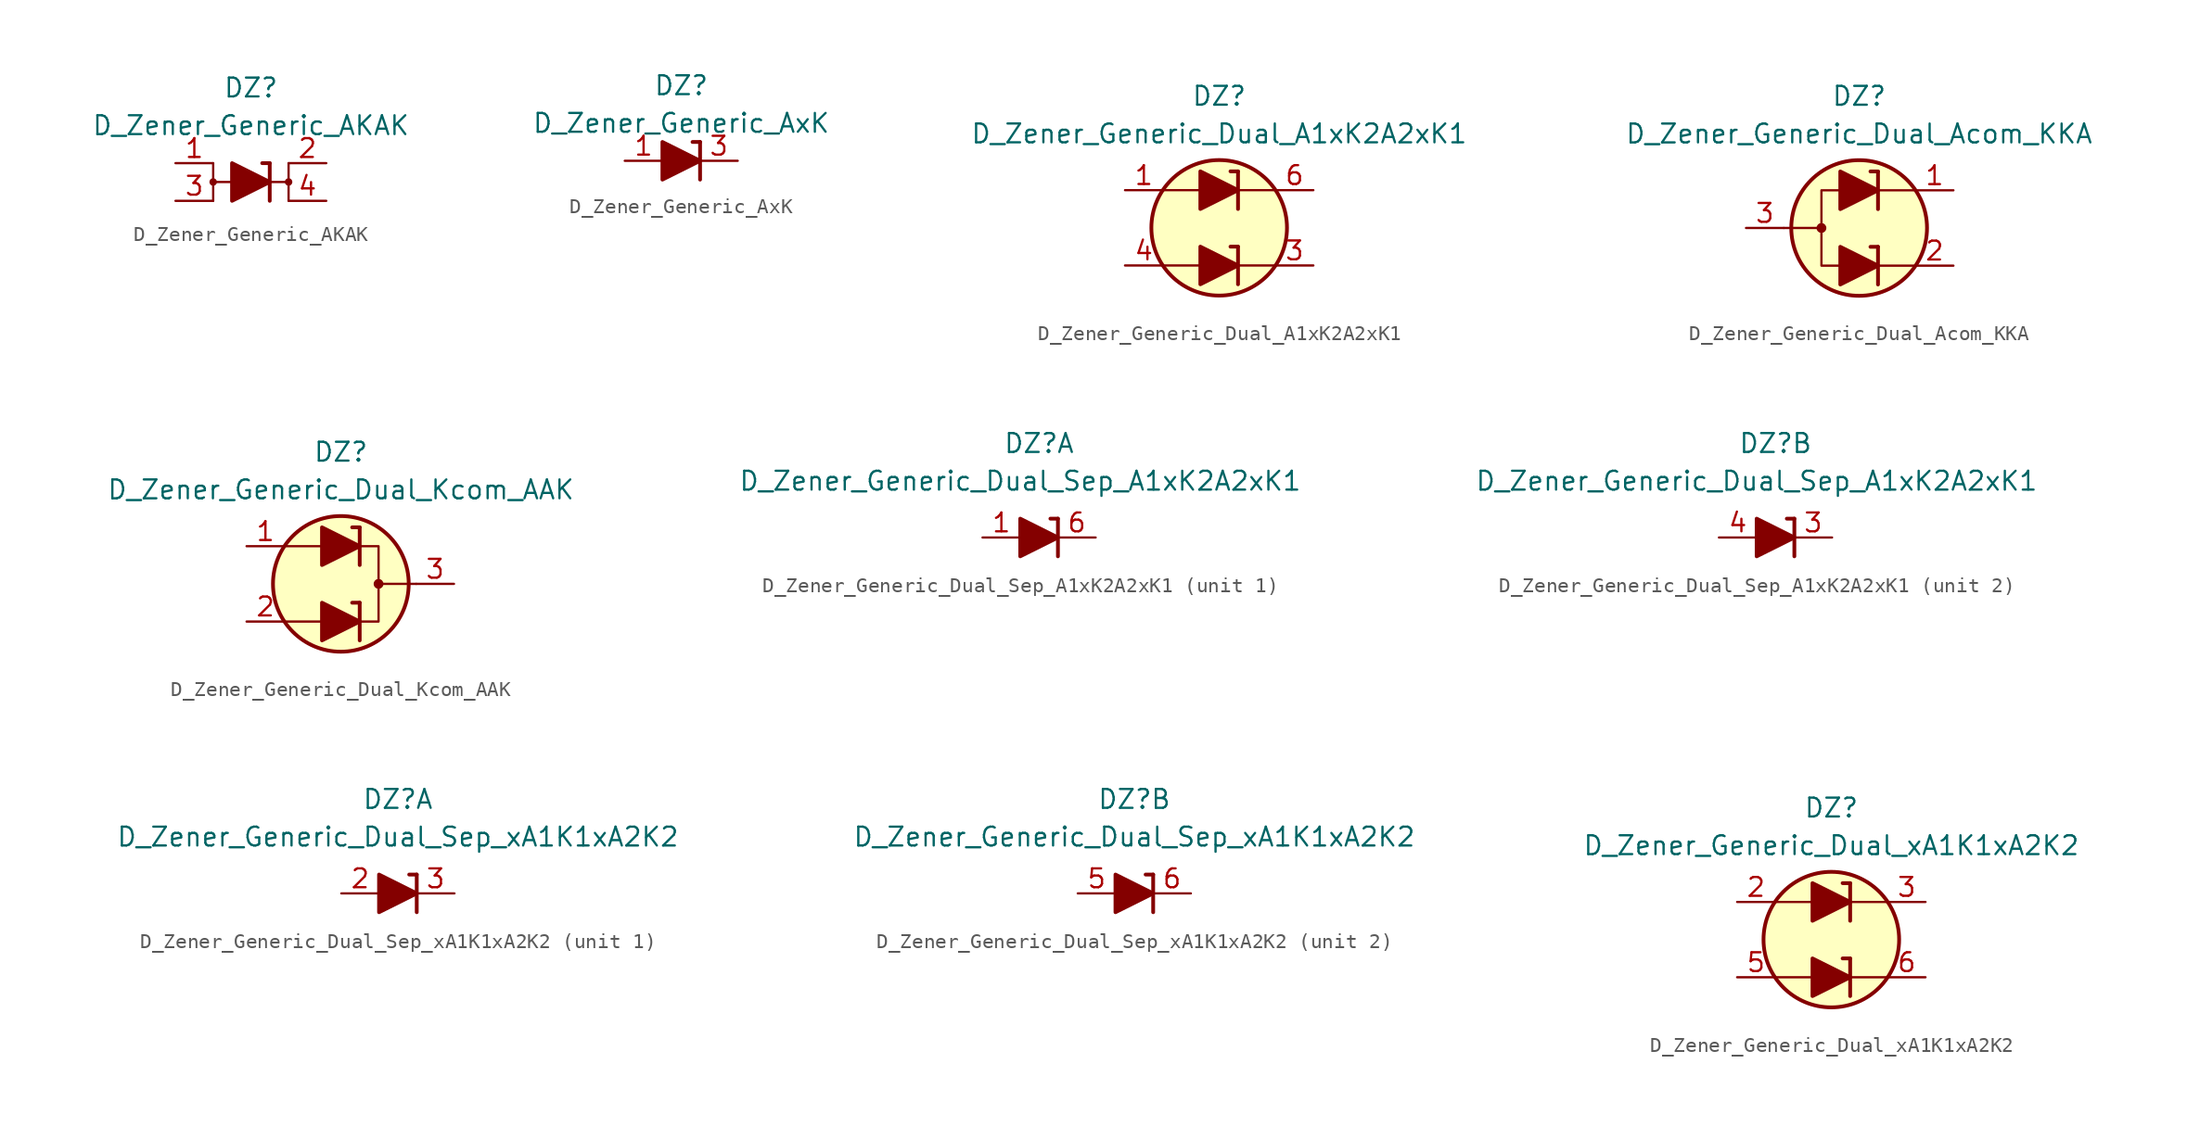
<source format=kicad_sym>
(kicad_symbol_lib
  (version 20201005)
  (generator kicad_symbol_editor)
  (symbol "Diode_Zener_AKL:D_Zener_Generic_AKAK"
    (pin_names
      (offset 1.016) hide)
    (property "Reference" "DZ"
      (at 0 6.35 0)
      (effects (font (size 1.27 1.27))))
    (property "Value" "D_Zener_Generic_AKAK"
      (at 0 3.81 0)
      (effects (font (size 1.27 1.27))))
    (symbol "D_Zener_Generic_AKAK_0_1"
      (circle (center -2.54 0) (radius 0.178) (stroke (width 0)) (fill (type outline)))
      (polyline (pts (xy -2.54 -1.27) (xy -2.54 1.27)) (stroke (width 0)) (fill (type none)))
      (polyline (pts (xy -1.27 0) (xy -2.54 0)) (stroke (width 0)) (fill (type none)))
      (polyline (pts (xy -1.27 0) (xy 1.27 0)) (stroke (width 0)) (fill (type none)))
      (polyline (pts (xy 1.27 -1.27) (xy 1.27 1.27)) (stroke (width 0.254)) (fill (type none)))
      (polyline (pts (xy 1.27 1.27) (xy 0.762 1.27)) (stroke (width 0.254)) (fill (type none)))
      (polyline (pts (xy -1.27 1.27) (xy -1.27 -1.27) (xy 1.27 0) (xy -1.27 1.27)) (stroke (width 0.254)) (fill (type outline))))
    (symbol "D_Zener_Generic_AKAK_1_1"
      (circle (center 2.54 0) (radius 0.178) (stroke (width 0)) (fill (type outline)))
      (polyline (pts (xy 1.27 0) (xy 2.54 0)) (stroke (width 0)) (fill (type none)))
      (polyline (pts (xy 2.54 1.27) (xy 2.54 -1.27)) (stroke (width 0)) (fill (type none)))
      (pin passive line (at -5.08 1.27 0) (length 2.54) (name "A" (effects (font (size 1.27 1.27)))) (number "1" (effects (font (size 1.27 1.27)))))
      (pin passive line (at 5.08 1.27 180) (length 2.54) (name "K" (effects (font (size 1.27 1.27)))) (number "2" (effects (font (size 1.27 1.27)))))
      (pin passive line (at -5.08 -1.27 0) (length 2.54) (name "A" (effects (font (size 1.27 1.27)))) (number "3" (effects (font (size 1.27 1.27)))))
      (pin passive line (at 5.08 -1.27 180) (length 2.54) (name "K" (effects (font (size 1.27 1.27)))) (number "4" (effects (font (size 1.27 1.27)))))))
  (symbol "Diode_Zener_AKL:D_Zener_Generic_AxK"
    (pin_names
      (offset 1.016) hide)
    (property "Reference" "DZ"
      (at 0 5.08 0)
      (effects (font (size 1.27 1.27))))
    (property "Value" "D_Zener_Generic_AxK"
      (at 0 2.54 0)
      (effects (font (size 1.27 1.27))))
    (symbol "D_Zener_Generic_AxK_0_1"
      (polyline (pts (xy -1.27 0) (xy 1.27 0)) (stroke (width 0)) (fill (type none)))
      (polyline (pts (xy 1.27 -1.27) (xy 1.27 1.27)) (stroke (width 0.254)) (fill (type none)))
      (polyline (pts (xy 1.27 1.27) (xy 0.762 1.27)) (stroke (width 0.254)) (fill (type none)))
      (polyline (pts (xy -1.27 1.27) (xy -1.27 -1.27) (xy 1.27 0) (xy -1.27 1.27)) (stroke (width 0.254)) (fill (type outline))))
    (symbol "D_Zener_Generic_AxK_1_1"
      (pin passive line (at -3.81 0 0) (length 2.54) (name "A" (effects (font (size 1.27 1.27)))) (number "1" (effects (font (size 1.27 1.27)))))
      (pin passive line (at 3.81 0 180) (length 2.54) (name "K" (effects (font (size 1.27 1.27)))) (number "3" (effects (font (size 1.27 1.27)))))))
  (symbol "Diode_Zener_AKL:D_Zener_Generic_Dual_A1xK2A2xK1"
    (pin_names
      (offset 1.016) hide)
    (property "Reference" "DZ"
      (at 0 8.89 0)
      (effects (font (size 1.27 1.27))))
    (property "Value" "D_Zener_Generic_Dual_A1xK2A2xK1"
      (at 0 6.35 0)
      (effects (font (size 1.27 1.27))))
    (symbol "D_Zener_Generic_Dual_A1xK2A2xK1_0_1"
      (circle (center 0 0) (radius 4.572) (stroke (width 0.254)) (fill (type background)))
      (polyline (pts (xy -3.81 -2.54) (xy -1.27 -2.54)) (stroke (width 0)) (fill (type none)))
      (polyline (pts (xy -3.81 2.54) (xy -1.27 2.54)) (stroke (width 0)) (fill (type none)))
      (polyline (pts (xy 1.27 -2.54) (xy 3.81 -2.54)) (stroke (width 0)) (fill (type none)))
      (polyline (pts (xy 1.27 -1.27) (xy 0.762 -1.27)) (stroke (width 0.254)) (fill (type none)))
      (polyline (pts (xy 1.27 -1.27) (xy 1.27 -3.81)) (stroke (width 0.254)) (fill (type none)))
      (polyline (pts (xy 1.27 2.54) (xy 3.81 2.54)) (stroke (width 0)) (fill (type none)))
      (polyline (pts (xy 1.27 3.81) (xy 0.762 3.81)) (stroke (width 0.254)) (fill (type none)))
      (polyline (pts (xy 1.27 3.81) (xy 1.27 1.27)) (stroke (width 0.254)) (fill (type none))))
    (symbol "D_Zener_Generic_Dual_A1xK2A2xK1_1_1"
      (polyline (pts (xy -1.27 -2.54) (xy 1.27 -2.54)) (stroke (width 0)) (fill (type none)))
      (polyline (pts (xy -1.27 2.54) (xy 1.27 2.54)) (stroke (width 0)) (fill (type none)))
      (polyline (pts (xy -1.27 -1.27) (xy -1.27 -3.81) (xy 1.27 -2.54) (xy -1.27 -1.27)) (stroke (width 0.254)) (fill (type outline)))
      (polyline (pts (xy -1.27 3.81) (xy -1.27 1.27) (xy 1.27 2.54) (xy -1.27 3.81)) (stroke (width 0.254)) (fill (type outline)))
      (pin passive line (at -6.35 2.54 0) (length 2.54) (name "A1" (effects (font (size 1.27 1.27)))) (number "1" (effects (font (size 1.27 1.27)))))
      (pin passive line (at 6.35 -2.54 180) (length 2.54) (name "K2" (effects (font (size 1.27 1.27)))) (number "3" (effects (font (size 1.27 1.27)))))
      (pin passive line (at -6.35 -2.54 0) (length 2.54) (name "A2" (effects (font (size 1.27 1.27)))) (number "4" (effects (font (size 1.27 1.27)))))
      (pin passive line (at 6.35 2.54 180) (length 2.54) (name "K1" (effects (font (size 1.27 1.27)))) (number "6" (effects (font (size 1.27 1.27)))))))
  (symbol "Diode_Zener_AKL:D_Zener_Generic_Dual_Acom_KKA"
    (pin_names
      (offset 1.016) hide)
    (property "Reference" "DZ"
      (at 0 8.89 0)
      (effects (font (size 1.27 1.27))))
    (property "Value" "D_Zener_Generic_Dual_Acom_KKA"
      (at 0 6.35 0)
      (effects (font (size 1.27 1.27))))
    (symbol "D_Zener_Generic_Dual_Acom_KKA_0_1"
      (circle (center -2.54 0) (radius 0.254) (stroke (width 0)) (fill (type outline)))
      (circle (center 0 0) (radius 4.572) (stroke (width 0.254)) (fill (type background)))
      (polyline (pts (xy -5.08 0) (xy -2.54 0)) (stroke (width 0)) (fill (type none)))
      (polyline (pts (xy 1.27 -2.54) (xy 3.81 -2.54)) (stroke (width 0)) (fill (type none)))
      (polyline (pts (xy 1.27 -1.27) (xy 0.762 -1.27)) (stroke (width 0.254)) (fill (type none)))
      (polyline (pts (xy 1.27 -1.27) (xy 1.27 -3.81)) (stroke (width 0.254)) (fill (type none)))
      (polyline (pts (xy 1.27 2.54) (xy 3.81 2.54)) (stroke (width 0)) (fill (type none)))
      (polyline (pts (xy 1.27 3.81) (xy 0.762 3.81)) (stroke (width 0.254)) (fill (type none)))
      (polyline (pts (xy 1.27 3.81) (xy 1.27 1.27)) (stroke (width 0.254)) (fill (type none)))
      (polyline (pts (xy -1.27 -2.54) (xy -2.54 -2.54) (xy -2.54 2.54) (xy -1.27 2.54)) (stroke (width 0)) (fill (type none))))
    (symbol "D_Zener_Generic_Dual_Acom_KKA_1_1"
      (polyline (pts (xy -1.27 -2.54) (xy 1.27 -2.54)) (stroke (width 0)) (fill (type none)))
      (polyline (pts (xy -1.27 2.54) (xy 1.27 2.54)) (stroke (width 0)) (fill (type none)))
      (polyline (pts (xy -1.27 -1.27) (xy -1.27 -3.81) (xy 1.27 -2.54) (xy -1.27 -1.27)) (stroke (width 0.254)) (fill (type outline)))
      (polyline (pts (xy -1.27 3.81) (xy -1.27 1.27) (xy 1.27 2.54) (xy -1.27 3.81)) (stroke (width 0.254)) (fill (type outline)))
      (pin passive line (at 6.35 2.54 180) (length 2.54) (name "K1" (effects (font (size 1.27 1.27)))) (number "1" (effects (font (size 1.27 1.27)))))
      (pin passive line (at 6.35 -2.54 180) (length 2.54) (name "K2" (effects (font (size 1.27 1.27)))) (number "2" (effects (font (size 1.27 1.27)))))
      (pin passive line (at -7.62 0 0) (length 2.54) (name "A" (effects (font (size 1.27 1.27)))) (number "3" (effects (font (size 1.27 1.27)))))))
  (symbol "Diode_Zener_AKL:D_Zener_Generic_Dual_Kcom_AAK"
    (pin_names
      (offset 1.016) hide)
    (property "Reference" "DZ"
      (at 0 8.89 0)
      (effects (font (size 1.27 1.27))))
    (property "Value" "D_Zener_Generic_Dual_Kcom_AAK"
      (at 0 6.35 0)
      (effects (font (size 1.27 1.27))))
    (symbol "D_Zener_Generic_Dual_Kcom_AAK_0_1"
      (circle (center 2.54 0) (radius 0.254) (stroke (width 0)) (fill (type outline)))
      (circle (center 0 0) (radius 4.572) (stroke (width 0.254)) (fill (type background)))
      (polyline (pts (xy -1.27 -2.54) (xy -3.81 -2.54)) (stroke (width 0)) (fill (type none)))
      (polyline (pts (xy -1.27 2.54) (xy -3.81 2.54)) (stroke (width 0)) (fill (type none)))
      (polyline (pts (xy 1.27 -3.81) (xy 1.27 -1.27)) (stroke (width 0.254)) (fill (type none)))
      (polyline (pts (xy 1.27 -1.27) (xy 0.762 -1.27)) (stroke (width 0.254)) (fill (type none)))
      (polyline (pts (xy 1.27 1.27) (xy 1.27 3.81)) (stroke (width 0.254)) (fill (type none)))
      (polyline (pts (xy 1.27 3.81) (xy 0.762 3.81)) (stroke (width 0.254)) (fill (type none)))
      (polyline (pts (xy 5.08 0) (xy 2.54 0)) (stroke (width 0)) (fill (type none)))
      (polyline (pts (xy 1.27 -2.54) (xy 2.54 -2.54) (xy 2.54 2.54) (xy 1.27 2.54)) (stroke (width 0)) (fill (type none))))
    (symbol "D_Zener_Generic_Dual_Kcom_AAK_1_1"
      (polyline (pts (xy -1.27 -2.54) (xy 1.27 -2.54)) (stroke (width 0)) (fill (type none)))
      (polyline (pts (xy -1.27 2.54) (xy 1.27 2.54)) (stroke (width 0)) (fill (type none)))
      (polyline (pts (xy -1.27 -3.81) (xy -1.27 -1.27) (xy 1.27 -2.54) (xy -1.27 -3.81)) (stroke (width 0.254)) (fill (type outline)))
      (polyline (pts (xy -1.27 1.27) (xy -1.27 3.81) (xy 1.27 2.54) (xy -1.27 1.27)) (stroke (width 0.254)) (fill (type outline)))
      (pin passive line (at -6.35 2.54 0) (length 2.54) (name "A2" (effects (font (size 1.27 1.27)))) (number "1" (effects (font (size 1.27 1.27)))))
      (pin passive line (at -6.35 -2.54 0) (length 2.54) (name "A1" (effects (font (size 1.27 1.27)))) (number "2" (effects (font (size 1.27 1.27)))))
      (pin passive line (at 7.62 0 180) (length 2.54) (name "K" (effects (font (size 1.27 1.27)))) (number "3" (effects (font (size 1.27 1.27)))))))
  (symbol "Diode_Zener_AKL:D_Zener_Generic_Dual_Sep_A1xK2A2xK1"
    (pin_names
      (offset 1.016) hide)
    (property "Reference" "DZ"
      (at 0 6.35 0)
      (effects (font (size 1.27 1.27))))
    (property "Value" "D_Zener_Generic_Dual_Sep_A1xK2A2xK1"
      (at -1.27 3.81 0)
      (effects (font (size 1.27 1.27))))
    (property "ki_locked" ""
      (at 0 0 0)
      (effects (font (size 1.27 1.27))))
    (symbol "D_Zener_Generic_Dual_Sep_A1xK2A2xK1_0_1"
      (polyline (pts (xy 1.27 1.27) (xy 1.27 -1.27)) (stroke (width 0.254)) (fill (type none))))
    (symbol "D_Zener_Generic_Dual_Sep_A1xK2A2xK1_1_1"
      (polyline (pts (xy -1.27 0) (xy 1.27 0)) (stroke (width 0)) (fill (type none)))
      (polyline (pts (xy 1.27 1.27) (xy 0.762 1.27)) (stroke (width 0.254)) (fill (type none)))
      (polyline (pts (xy -1.27 1.27) (xy -1.27 -1.27) (xy 1.27 0) (xy -1.27 1.27)) (stroke (width 0.254)) (fill (type outline)))
      (pin passive line (at -3.81 0 0) (length 2.54) (name "A1" (effects (font (size 1.27 1.27)))) (number "1" (effects (font (size 1.27 1.27)))))
      (pin passive line (at 3.81 0 180) (length 2.54) (name "K1" (effects (font (size 1.27 1.27)))) (number "6" (effects (font (size 1.27 1.27))))))
    (symbol "D_Zener_Generic_Dual_Sep_A1xK2A2xK1_2_1"
      (polyline (pts (xy 1.27 0) (xy -1.27 0)) (stroke (width 0)) (fill (type none)))
      (polyline (pts (xy 1.27 1.27) (xy 0.762 1.27)) (stroke (width 0.254)) (fill (type none)))
      (polyline (pts (xy -1.27 1.27) (xy -1.27 -1.27) (xy 1.27 0) (xy -1.27 1.27)) (stroke (width 0.254)) (fill (type outline)))
      (pin passive line (at 3.81 0 180) (length 2.54) (name "K2" (effects (font (size 1.27 1.27)))) (number "3" (effects (font (size 1.27 1.27)))))
      (pin passive line (at -3.81 0 0) (length 2.54) (name "A2" (effects (font (size 1.27 1.27)))) (number "4" (effects (font (size 1.27 1.27)))))))
  (symbol "Diode_Zener_AKL:D_Zener_Generic_Dual_Sep_xA1K1xA2K2"
    (pin_names
      (offset 1.016) hide)
    (property "Reference" "DZ"
      (at 0 6.35 0)
      (effects (font (size 1.27 1.27))))
    (property "Value" "D_Zener_Generic_Dual_Sep_xA1K1xA2K2"
      (at 0 3.81 0)
      (effects (font (size 1.27 1.27))))
    (property "ki_locked" ""
      (at 0 0 0)
      (effects (font (size 1.27 1.27))))
    (symbol "D_Zener_Generic_Dual_Sep_xA1K1xA2K2_0_1"
      (polyline (pts (xy 1.27 1.27) (xy 1.27 -1.27)) (stroke (width 0.254)) (fill (type none))))
    (symbol "D_Zener_Generic_Dual_Sep_xA1K1xA2K2_1_1"
      (polyline (pts (xy -1.27 0) (xy 1.27 0)) (stroke (width 0)) (fill (type none)))
      (polyline (pts (xy 1.27 1.27) (xy 0.762 1.27)) (stroke (width 0.254)) (fill (type none)))
      (polyline (pts (xy -1.27 1.27) (xy -1.27 -1.27) (xy 1.27 0) (xy -1.27 1.27)) (stroke (width 0.254)) (fill (type outline)))
      (pin passive line (at -3.81 0 0) (length 2.54) (name "A1" (effects (font (size 1.27 1.27)))) (number "2" (effects (font (size 1.27 1.27)))))
      (pin passive line (at 3.81 0 180) (length 2.54) (name "K1" (effects (font (size 1.27 1.27)))) (number "3" (effects (font (size 1.27 1.27))))))
    (symbol "D_Zener_Generic_Dual_Sep_xA1K1xA2K2_2_1"
      (polyline (pts (xy -1.27 0) (xy 1.27 0)) (stroke (width 0)) (fill (type none)))
      (polyline (pts (xy 1.27 1.27) (xy 0.762 1.27)) (stroke (width 0.254)) (fill (type none)))
      (polyline (pts (xy -1.27 1.27) (xy -1.27 -1.27) (xy 1.27 0) (xy -1.27 1.27)) (stroke (width 0.254)) (fill (type outline)))
      (pin passive line (at -3.81 0 0) (length 2.54) (name "A2" (effects (font (size 1.27 1.27)))) (number "5" (effects (font (size 1.27 1.27)))))
      (pin passive line (at 3.81 0 180) (length 2.54) (name "K2" (effects (font (size 1.27 1.27)))) (number "6" (effects (font (size 1.27 1.27)))))))
  (symbol "Diode_Zener_AKL:D_Zener_Generic_Dual_xA1K1xA2K2"
    (pin_names
      (offset 1.016) hide)
    (property "Reference" "DZ"
      (at 0 8.89 0)
      (effects (font (size 1.27 1.27))))
    (property "Value" "D_Zener_Generic_Dual_xA1K1xA2K2"
      (at 0 6.35 0)
      (effects (font (size 1.27 1.27))))
    (symbol "D_Zener_Generic_Dual_xA1K1xA2K2_0_1"
      (circle (center 0 0) (radius 4.572) (stroke (width 0.254)) (fill (type background)))
      (polyline (pts (xy -3.81 -2.54) (xy -1.27 -2.54)) (stroke (width 0)) (fill (type none)))
      (polyline (pts (xy -3.81 2.54) (xy -1.27 2.54)) (stroke (width 0)) (fill (type none)))
      (polyline (pts (xy 1.27 -2.54) (xy 3.81 -2.54)) (stroke (width 0)) (fill (type none)))
      (polyline (pts (xy 1.27 -1.27) (xy 0.762 -1.27)) (stroke (width 0.254)) (fill (type none)))
      (polyline (pts (xy 1.27 -1.27) (xy 1.27 -3.81)) (stroke (width 0.254)) (fill (type none)))
      (polyline (pts (xy 1.27 2.54) (xy 3.81 2.54)) (stroke (width 0)) (fill (type none)))
      (polyline (pts (xy 1.27 3.81) (xy 0.762 3.81)) (stroke (width 0.254)) (fill (type none)))
      (polyline (pts (xy 1.27 3.81) (xy 1.27 1.27)) (stroke (width 0.254)) (fill (type none))))
    (symbol "D_Zener_Generic_Dual_xA1K1xA2K2_1_1"
      (polyline (pts (xy -1.27 -2.54) (xy 1.27 -2.54)) (stroke (width 0)) (fill (type none)))
      (polyline (pts (xy -1.27 2.54) (xy 1.27 2.54)) (stroke (width 0)) (fill (type none)))
      (polyline (pts (xy -1.27 -1.27) (xy -1.27 -3.81) (xy 1.27 -2.54) (xy -1.27 -1.27)) (stroke (width 0.254)) (fill (type outline)))
      (polyline (pts (xy -1.27 3.81) (xy -1.27 1.27) (xy 1.27 2.54) (xy -1.27 3.81)) (stroke (width 0.254)) (fill (type outline)))
      (pin passive line (at -6.35 2.54 0) (length 2.54) (name "A1" (effects (font (size 1.27 1.27)))) (number "2" (effects (font (size 1.27 1.27)))))
      (pin passive line (at 6.35 2.54 180) (length 2.54) (name "K1" (effects (font (size 1.27 1.27)))) (number "3" (effects (font (size 1.27 1.27)))))
      (pin passive line (at -6.35 -2.54 0) (length 2.54) (name "A2" (effects (font (size 1.27 1.27)))) (number "5" (effects (font (size 1.27 1.27)))))
      (pin passive line (at 6.35 -2.54 180) (length 2.54) (name "K2" (effects (font (size 1.27 1.27)))) (number "6" (effects (font (size 1.27 1.27))))))))
</source>
